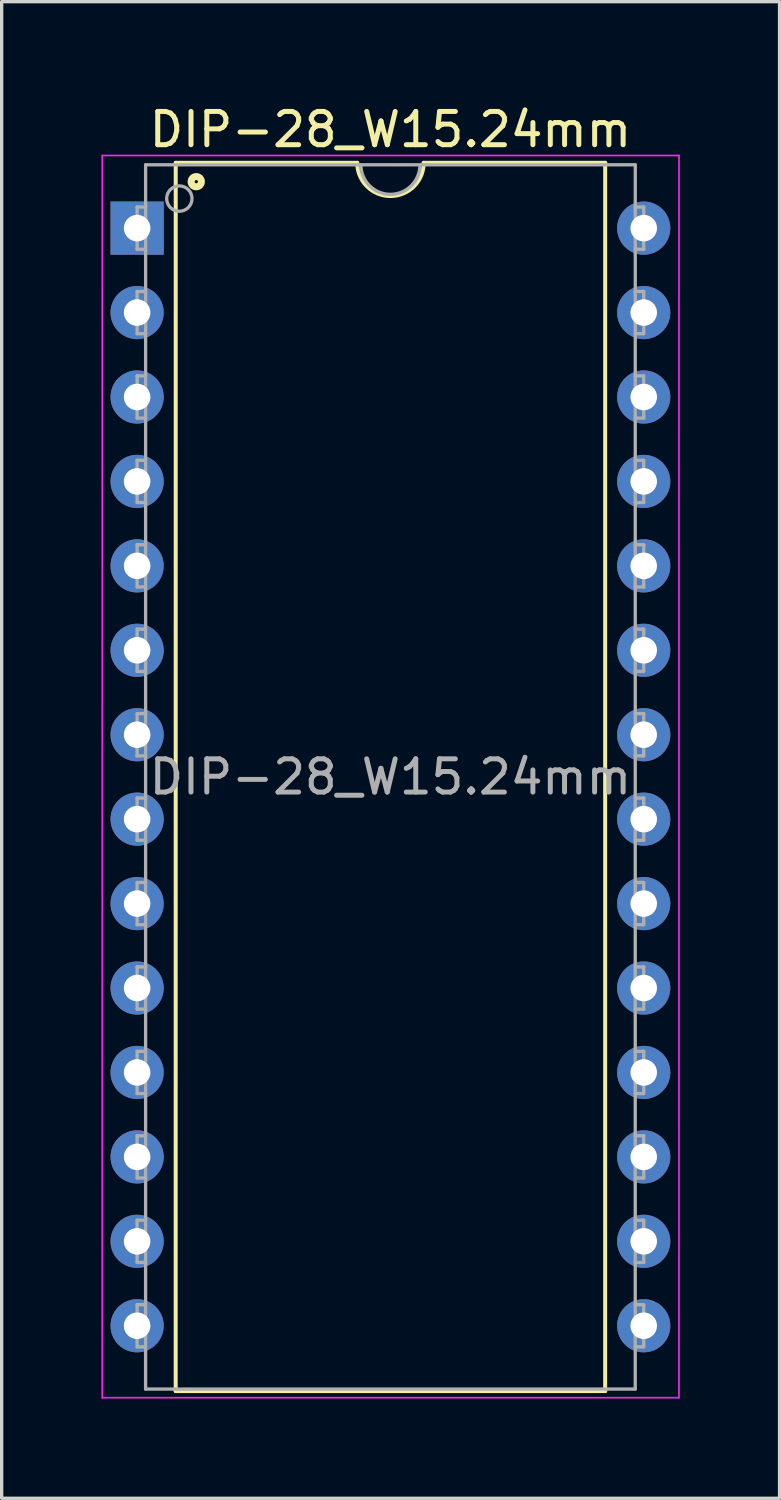
<source format=kicad_pcb>
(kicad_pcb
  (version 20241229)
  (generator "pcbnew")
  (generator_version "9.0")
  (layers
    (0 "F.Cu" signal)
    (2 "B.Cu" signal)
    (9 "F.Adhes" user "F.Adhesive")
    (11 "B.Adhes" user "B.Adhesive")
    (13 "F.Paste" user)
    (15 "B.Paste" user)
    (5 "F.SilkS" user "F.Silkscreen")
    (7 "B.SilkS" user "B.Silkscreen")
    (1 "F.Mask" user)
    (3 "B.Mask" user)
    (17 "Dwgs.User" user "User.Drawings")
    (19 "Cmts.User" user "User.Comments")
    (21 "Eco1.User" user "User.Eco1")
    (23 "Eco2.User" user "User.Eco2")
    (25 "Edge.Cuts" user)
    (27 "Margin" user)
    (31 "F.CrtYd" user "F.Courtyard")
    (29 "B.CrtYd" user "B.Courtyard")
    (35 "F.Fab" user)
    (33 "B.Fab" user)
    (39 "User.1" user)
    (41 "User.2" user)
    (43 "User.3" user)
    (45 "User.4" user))
  (footprint "DIP-28_W15.24mm"
    (layer "F.Cu")
    (at 1.075 3.813)
    (property "Reference" "DIP-28_W15.24mm" (at 7.621 -2.965 0) (layer "F.SilkS") (effects (font (size 1 1) (thickness 0.15))))
    (attr through_hole)
    (fp_line (start 1.16 34.985) (end 14.08 34.985) (stroke (width 0.12) (type solid)) (layer "F.SilkS"))
    (fp_line (start 1.161 -1.965) (end 1.16 34.985) (stroke (width 0.12) (type solid)) (layer "F.SilkS"))
    (fp_line (start 6.621 -1.965) (end 1.161 -1.965) (stroke (width 0.12) (type solid)) (layer "F.SilkS"))
    (fp_line (start 14.08 34.985) (end 14.081 -1.965) (stroke (width 0.12) (type solid)) (layer "F.SilkS"))
    (fp_line (start 14.081 -1.965) (end 8.621 -1.965) (stroke (width 0.12) (type solid)) (layer "F.SilkS"))
    (fp_arc (start 8.621 -1.965) (mid 7.621 -0.965) (end 6.621 -1.965) (stroke (width 0.12) (type solid)) (layer "F.SilkS"))
    (fp_circle (center 1.779 -1.397) (end 1.829 -1.397) (stroke (width 0.12) (type solid)) (fill no) (layer "F.SilkS"))
    (fp_circle (center 1.779 -1.397) (end 1.904 -1.397) (stroke (width 0.12) (type solid)) (fill no) (layer "F.SilkS"))
    (fp_circle (center 1.779 -1.397) (end 1.979 -1.397) (stroke (width 0.12) (type solid)) (fill no) (layer "F.SilkS"))
    (fp_line (start -1.05 35.185) (end 16.3 35.185) (stroke (width 0.05) (type solid)) (layer "F.CrtYd"))
    (fp_line (start -1.049 -2.185) (end -1.05 35.185) (stroke (width 0.05) (type solid)) (layer "F.CrtYd"))
    (fp_line (start 16.3 35.185) (end 16.301 -2.185) (stroke (width 0.05) (type solid)) (layer "F.CrtYd"))
    (fp_line (start 16.301 -2.185) (end -1.049 -2.185) (stroke (width 0.05) (type solid)) (layer "F.CrtYd"))
    (fp_line (start 0 -0.635) (end 0 0.635) (stroke (width 0.1) (type solid)) (layer "F.Fab"))
    (fp_line (start 0 -0.635) (end 0.254 -0.635) (stroke (width 0.1) (type solid)) (layer "F.Fab"))
    (fp_line (start 0 0.635) (end 0.254 0.635) (stroke (width 0.1) (type solid)) (layer "F.Fab"))
    (fp_line (start 0 1.905) (end 0 3.175) (stroke (width 0.1) (type solid)) (layer "F.Fab"))
    (fp_line (start 0 1.905) (end 0.254 1.905) (stroke (width 0.1) (type solid)) (layer "F.Fab"))
    (fp_line (start 0 3.175) (end 0.254 3.175) (stroke (width 0.1) (type solid)) (layer "F.Fab"))
    (fp_line (start 0 4.445) (end 0 5.715) (stroke (width 0.1) (type solid)) (layer "F.Fab"))
    (fp_line (start 0 4.445) (end 0.254 4.445) (stroke (width 0.1) (type solid)) (layer "F.Fab"))
    (fp_line (start 0 5.715) (end 0.254 5.715) (stroke (width 0.1) (type solid)) (layer "F.Fab"))
    (fp_line (start 0 6.985) (end 0 8.255) (stroke (width 0.1) (type solid)) (layer "F.Fab"))
    (fp_line (start 0 6.985) (end 0.254 6.985) (stroke (width 0.1) (type solid)) (layer "F.Fab"))
    (fp_line (start 0 8.255) (end 0.254 8.255) (stroke (width 0.1) (type solid)) (layer "F.Fab"))
    (fp_line (start 0 9.525) (end 0 10.795) (stroke (width 0.1) (type solid)) (layer "F.Fab"))
    (fp_line (start 0 9.525) (end 0.254 9.525) (stroke (width 0.1) (type solid)) (layer "F.Fab"))
    (fp_line (start 0 10.795) (end 0.254 10.795) (stroke (width 0.1) (type solid)) (layer "F.Fab"))
    (fp_line (start 0 12.065) (end 0 13.335) (stroke (width 0.1) (type solid)) (layer "F.Fab"))
    (fp_line (start 0 12.065) (end 0.254 12.065) (stroke (width 0.1) (type solid)) (layer "F.Fab"))
    (fp_line (start 0 13.335) (end 0.254 13.335) (stroke (width 0.1) (type solid)) (layer "F.Fab"))
    (fp_line (start 0 14.605) (end 0 15.875) (stroke (width 0.1) (type solid)) (layer "F.Fab"))
    (fp_line (start 0 14.605) (end 0.254 14.605) (stroke (width 0.1) (type solid)) (layer "F.Fab"))
    (fp_line (start 0 15.875) (end 0.254 15.875) (stroke (width 0.1) (type solid)) (layer "F.Fab"))
    (fp_line (start 0 17.145) (end 0 18.415) (stroke (width 0.1) (type solid)) (layer "F.Fab"))
    (fp_line (start 0 17.145) (end 0.254 17.145) (stroke (width 0.1) (type solid)) (layer "F.Fab"))
    (fp_line (start 0 18.415) (end 0.254 18.415) (stroke (width 0.1) (type solid)) (layer "F.Fab"))
    (fp_line (start 0 19.685) (end 0 20.955) (stroke (width 0.1) (type solid)) (layer "F.Fab"))
    (fp_line (start 0 19.685) (end 0.254 19.685) (stroke (width 0.1) (type solid)) (layer "F.Fab"))
    (fp_line (start 0 20.955) (end 0.254 20.955) (stroke (width 0.1) (type solid)) (layer "F.Fab"))
    (fp_line (start 0 22.225) (end 0 23.495) (stroke (width 0.1) (type solid)) (layer "F.Fab"))
    (fp_line (start 0 22.225) (end 0.254 22.225) (stroke (width 0.1) (type solid)) (layer "F.Fab"))
    (fp_line (start 0 23.495) (end 0.254 23.495) (stroke (width 0.1) (type solid)) (layer "F.Fab"))
    (fp_line (start 0 24.765) (end 0 26.035) (stroke (width 0.1) (type solid)) (layer "F.Fab"))
    (fp_line (start 0 24.765) (end 0.254 24.765) (stroke (width 0.1) (type solid)) (layer "F.Fab"))
    (fp_line (start 0 26.035) (end 0.254 26.035) (stroke (width 0.1) (type solid)) (layer "F.Fab"))
    (fp_line (start 0 27.305) (end 0 28.575) (stroke (width 0.1) (type solid)) (layer "F.Fab"))
    (fp_line (start 0 27.305) (end 0.254 27.305) (stroke (width 0.1) (type solid)) (layer "F.Fab"))
    (fp_line (start 0 28.575) (end 0.254 28.575) (stroke (width 0.1) (type solid)) (layer "F.Fab"))
    (fp_line (start 0 29.845) (end 0 31.115) (stroke (width 0.1) (type solid)) (layer "F.Fab"))
    (fp_line (start 0 29.845) (end 0.254 29.845) (stroke (width 0.1) (type solid)) (layer "F.Fab"))
    (fp_line (start 0 31.115) (end 0.254 31.115) (stroke (width 0.1) (type solid)) (layer "F.Fab"))
    (fp_line (start 0 32.385) (end 0 33.655) (stroke (width 0.1) (type solid)) (layer "F.Fab"))
    (fp_line (start 0 32.385) (end 0.254 32.385) (stroke (width 0.1) (type solid)) (layer "F.Fab"))
    (fp_line (start 0 33.655) (end 0.254 33.655) (stroke (width 0.1) (type solid)) (layer "F.Fab"))
    (fp_line (start 0.255 34.925) (end 0.256 -1.905) (stroke (width 0.1) (type solid)) (layer "F.Fab"))
    (fp_line (start 0.256 -1.905) (end 14.986 -1.905) (stroke (width 0.1) (type solid)) (layer "F.Fab"))
    (fp_line (start 14.985 34.925) (end 0.255 34.925) (stroke (width 0.1) (type solid)) (layer "F.Fab"))
    (fp_line (start 14.986 -1.905) (end 14.985 34.925) (stroke (width 0.1) (type solid)) (layer "F.Fab"))
    (fp_line (start 15.24 -0.635) (end 14.986 -0.635) (stroke (width 0.1) (type solid)) (layer "F.Fab"))
    (fp_line (start 15.24 0.635) (end 14.986 0.635) (stroke (width 0.1) (type solid)) (layer "F.Fab"))
    (fp_line (start 15.24 0.635) (end 15.24 -0.635) (stroke (width 0.1) (type solid)) (layer "F.Fab"))
    (fp_line (start 15.24 1.905) (end 14.986 1.905) (stroke (width 0.1) (type solid)) (layer "F.Fab"))
    (fp_line (start 15.24 3.175) (end 14.986 3.175) (stroke (width 0.1) (type solid)) (layer "F.Fab"))
    (fp_line (start 15.24 3.175) (end 15.24 1.905) (stroke (width 0.1) (type solid)) (layer "F.Fab"))
    (fp_line (start 15.24 4.445) (end 14.986 4.445) (stroke (width 0.1) (type solid)) (layer "F.Fab"))
    (fp_line (start 15.24 5.715) (end 14.986 5.715) (stroke (width 0.1) (type solid)) (layer "F.Fab"))
    (fp_line (start 15.24 5.715) (end 15.24 4.445) (stroke (width 0.1) (type solid)) (layer "F.Fab"))
    (fp_line (start 15.24 6.985) (end 14.986 6.985) (stroke (width 0.1) (type solid)) (layer "F.Fab"))
    (fp_line (start 15.24 8.255) (end 14.986 8.255) (stroke (width 0.1) (type solid)) (layer "F.Fab"))
    (fp_line (start 15.24 8.255) (end 15.24 6.985) (stroke (width 0.1) (type solid)) (layer "F.Fab"))
    (fp_line (start 15.24 9.525) (end 14.986 9.525) (stroke (width 0.1) (type solid)) (layer "F.Fab"))
    (fp_line (start 15.24 10.795) (end 14.986 10.795) (stroke (width 0.1) (type solid)) (layer "F.Fab"))
    (fp_line (start 15.24 10.795) (end 15.24 9.525) (stroke (width 0.1) (type solid)) (layer "F.Fab"))
    (fp_line (start 15.24 12.065) (end 14.986 12.065) (stroke (width 0.1) (type solid)) (layer "F.Fab"))
    (fp_line (start 15.24 13.335) (end 14.986 13.335) (stroke (width 0.1) (type solid)) (layer "F.Fab"))
    (fp_line (start 15.24 13.335) (end 15.24 12.065) (stroke (width 0.1) (type solid)) (layer "F.Fab"))
    (fp_line (start 15.24 14.605) (end 14.986 14.605) (stroke (width 0.1) (type solid)) (layer "F.Fab"))
    (fp_line (start 15.24 15.875) (end 14.986 15.875) (stroke (width 0.1) (type solid)) (layer "F.Fab"))
    (fp_line (start 15.24 15.875) (end 15.24 14.605) (stroke (width 0.1) (type solid)) (layer "F.Fab"))
    (fp_line (start 15.24 17.145) (end 14.986 17.145) (stroke (width 0.1) (type solid)) (layer "F.Fab"))
    (fp_line (start 15.24 18.415) (end 14.986 18.415) (stroke (width 0.1) (type solid)) (layer "F.Fab"))
    (fp_line (start 15.24 18.415) (end 15.24 17.145) (stroke (width 0.1) (type solid)) (layer "F.Fab"))
    (fp_line (start 15.24 19.685) (end 14.986 19.685) (stroke (width 0.1) (type solid)) (layer "F.Fab"))
    (fp_line (start 15.24 20.955) (end 14.986 20.955) (stroke (width 0.1) (type solid)) (layer "F.Fab"))
    (fp_line (start 15.24 20.955) (end 15.24 19.685) (stroke (width 0.1) (type solid)) (layer "F.Fab"))
    (fp_line (start 15.24 22.225) (end 14.986 22.225) (stroke (width 0.1) (type solid)) (layer "F.Fab"))
    (fp_line (start 15.24 23.495) (end 14.986 23.495) (stroke (width 0.1) (type solid)) (layer "F.Fab"))
    (fp_line (start 15.24 23.495) (end 15.24 22.225) (stroke (width 0.1) (type solid)) (layer "F.Fab"))
    (fp_line (start 15.24 24.765) (end 14.986 24.765) (stroke (width 0.1) (type solid)) (layer "F.Fab"))
    (fp_line (start 15.24 26.035) (end 14.986 26.035) (stroke (width 0.1) (type solid)) (layer "F.Fab"))
    (fp_line (start 15.24 26.035) (end 15.24 24.765) (stroke (width 0.1) (type solid)) (layer "F.Fab"))
    (fp_line (start 15.24 27.305) (end 14.986 27.305) (stroke (width 0.1) (type solid)) (layer "F.Fab"))
    (fp_line (start 15.24 28.575) (end 14.986 28.575) (stroke (width 0.1) (type solid)) (layer "F.Fab"))
    (fp_line (start 15.24 28.575) (end 15.24 27.305) (stroke (width 0.1) (type solid)) (layer "F.Fab"))
    (fp_line (start 15.24 29.845) (end 14.986 29.845) (stroke (width 0.1) (type solid)) (layer "F.Fab"))
    (fp_line (start 15.24 31.115) (end 14.986 31.115) (stroke (width 0.1) (type solid)) (layer "F.Fab"))
    (fp_line (start 15.24 31.115) (end 15.24 29.845) (stroke (width 0.1) (type solid)) (layer "F.Fab"))
    (fp_line (start 15.24 32.385) (end 14.986 32.385) (stroke (width 0.1) (type solid)) (layer "F.Fab"))
    (fp_line (start 15.24 33.655) (end 14.986 33.655) (stroke (width 0.1) (type solid)) (layer "F.Fab"))
    (fp_line (start 15.24 33.655) (end 15.24 32.385) (stroke (width 0.1) (type solid)) (layer "F.Fab"))
    (fp_arc (start 8.509 -1.905) (mid 7.62 -1.016) (end 6.731 -1.905) (stroke (width 0.1) (type solid)) (layer "F.Fab"))
    (fp_circle (center 1.27 -0.889) (end 1.651 -0.889) (stroke (width 0.1) (type solid)) (fill no) (layer "F.Fab"))
    (fp_text user "${REFERENCE}" (at 7.62 16.51 0) (layer "F.Fab") (effects (font (size 1 1) (thickness 0.15))))
    (pad "1" thru_hole rect (at 0 0) (size 1.6 1.6) (drill 0.8) (layers "*.Cu" "*.Mask"))
    (pad "2" thru_hole oval (at 0 2.54) (size 1.6 1.6) (drill 0.8) (layers "*.Cu" "*.Mask"))
    (pad "3" thru_hole oval (at 0 5.08) (size 1.6 1.6) (drill 0.8) (layers "*.Cu" "*.Mask"))
    (pad "4" thru_hole oval (at 0 7.62) (size 1.6 1.6) (drill 0.8) (layers "*.Cu" "*.Mask"))
    (pad "5" thru_hole oval (at 0 10.16) (size 1.6 1.6) (drill 0.8) (layers "*.Cu" "*.Mask"))
    (pad "6" thru_hole oval (at 0 12.7) (size 1.6 1.6) (drill 0.8) (layers "*.Cu" "*.Mask"))
    (pad "7" thru_hole oval (at 0 15.24) (size 1.6 1.6) (drill 0.8) (layers "*.Cu" "*.Mask"))
    (pad "8" thru_hole oval (at 0 17.78) (size 1.6 1.6) (drill 0.8) (layers "*.Cu" "*.Mask"))
    (pad "9" thru_hole oval (at 0 20.32) (size 1.6 1.6) (drill 0.8) (layers "*.Cu" "*.Mask"))
    (pad "10" thru_hole oval (at 0 22.86) (size 1.6 1.6) (drill 0.8) (layers "*.Cu" "*.Mask"))
    (pad "11" thru_hole oval (at 0 25.4) (size 1.6 1.6) (drill 0.8) (layers "*.Cu" "*.Mask"))
    (pad "12" thru_hole oval (at 0 27.94) (size 1.6 1.6) (drill 0.8) (layers "*.Cu" "*.Mask"))
    (pad "13" thru_hole oval (at 0 30.48) (size 1.6 1.6) (drill 0.8) (layers "*.Cu" "*.Mask"))
    (pad "14" thru_hole oval (at 0 33.02) (size 1.6 1.6) (drill 0.8) (layers "*.Cu" "*.Mask"))
    (pad "15" thru_hole oval (at 15.24 33.02) (size 1.6 1.6) (drill 0.8) (layers "*.Cu" "*.Mask"))
    (pad "16" thru_hole oval (at 15.24 30.48) (size 1.6 1.6) (drill 0.8) (layers "*.Cu" "*.Mask"))
    (pad "17" thru_hole oval (at 15.24 27.94) (size 1.6 1.6) (drill 0.8) (layers "*.Cu" "*.Mask"))
    (pad "18" thru_hole oval (at 15.24 25.4) (size 1.6 1.6) (drill 0.8) (layers "*.Cu" "*.Mask"))
    (pad "19" thru_hole oval (at 15.24 22.86) (size 1.6 1.6) (drill 0.8) (layers "*.Cu" "*.Mask"))
    (pad "20" thru_hole oval (at 15.24 20.32) (size 1.6 1.6) (drill 0.8) (layers "*.Cu" "*.Mask"))
    (pad "21" thru_hole oval (at 15.24 17.78) (size 1.6 1.6) (drill 0.8) (layers "*.Cu" "*.Mask"))
    (pad "22" thru_hole oval (at 15.24 15.24) (size 1.6 1.6) (drill 0.8) (layers "*.Cu" "*.Mask"))
    (pad "23" thru_hole oval (at 15.24 12.7) (size 1.6 1.6) (drill 0.8) (layers "*.Cu" "*.Mask"))
    (pad "24" thru_hole oval (at 15.24 10.16) (size 1.6 1.6) (drill 0.8) (layers "*.Cu" "*.Mask"))
    (pad "25" thru_hole oval (at 15.24 7.62) (size 1.6 1.6) (drill 0.8) (layers "*.Cu" "*.Mask"))
    (pad "26" thru_hole oval (at 15.24 5.08) (size 1.6 1.6) (drill 0.8) (layers "*.Cu" "*.Mask"))
    (pad "27" thru_hole oval (at 15.24 2.54) (size 1.6 1.6) (drill 0.8) (layers "*.Cu" "*.Mask"))
    (pad "28" thru_hole oval (at 15.24 0) (size 1.6 1.6) (drill 0.8) (layers "*.Cu" "*.Mask")))
  (gr_rect
    (start -3 -3)
    (end 20.401 42.023)
    (stroke (width 0.1) (type default))
    (fill no)
    (layer "Edge.Cuts")))
</source>
